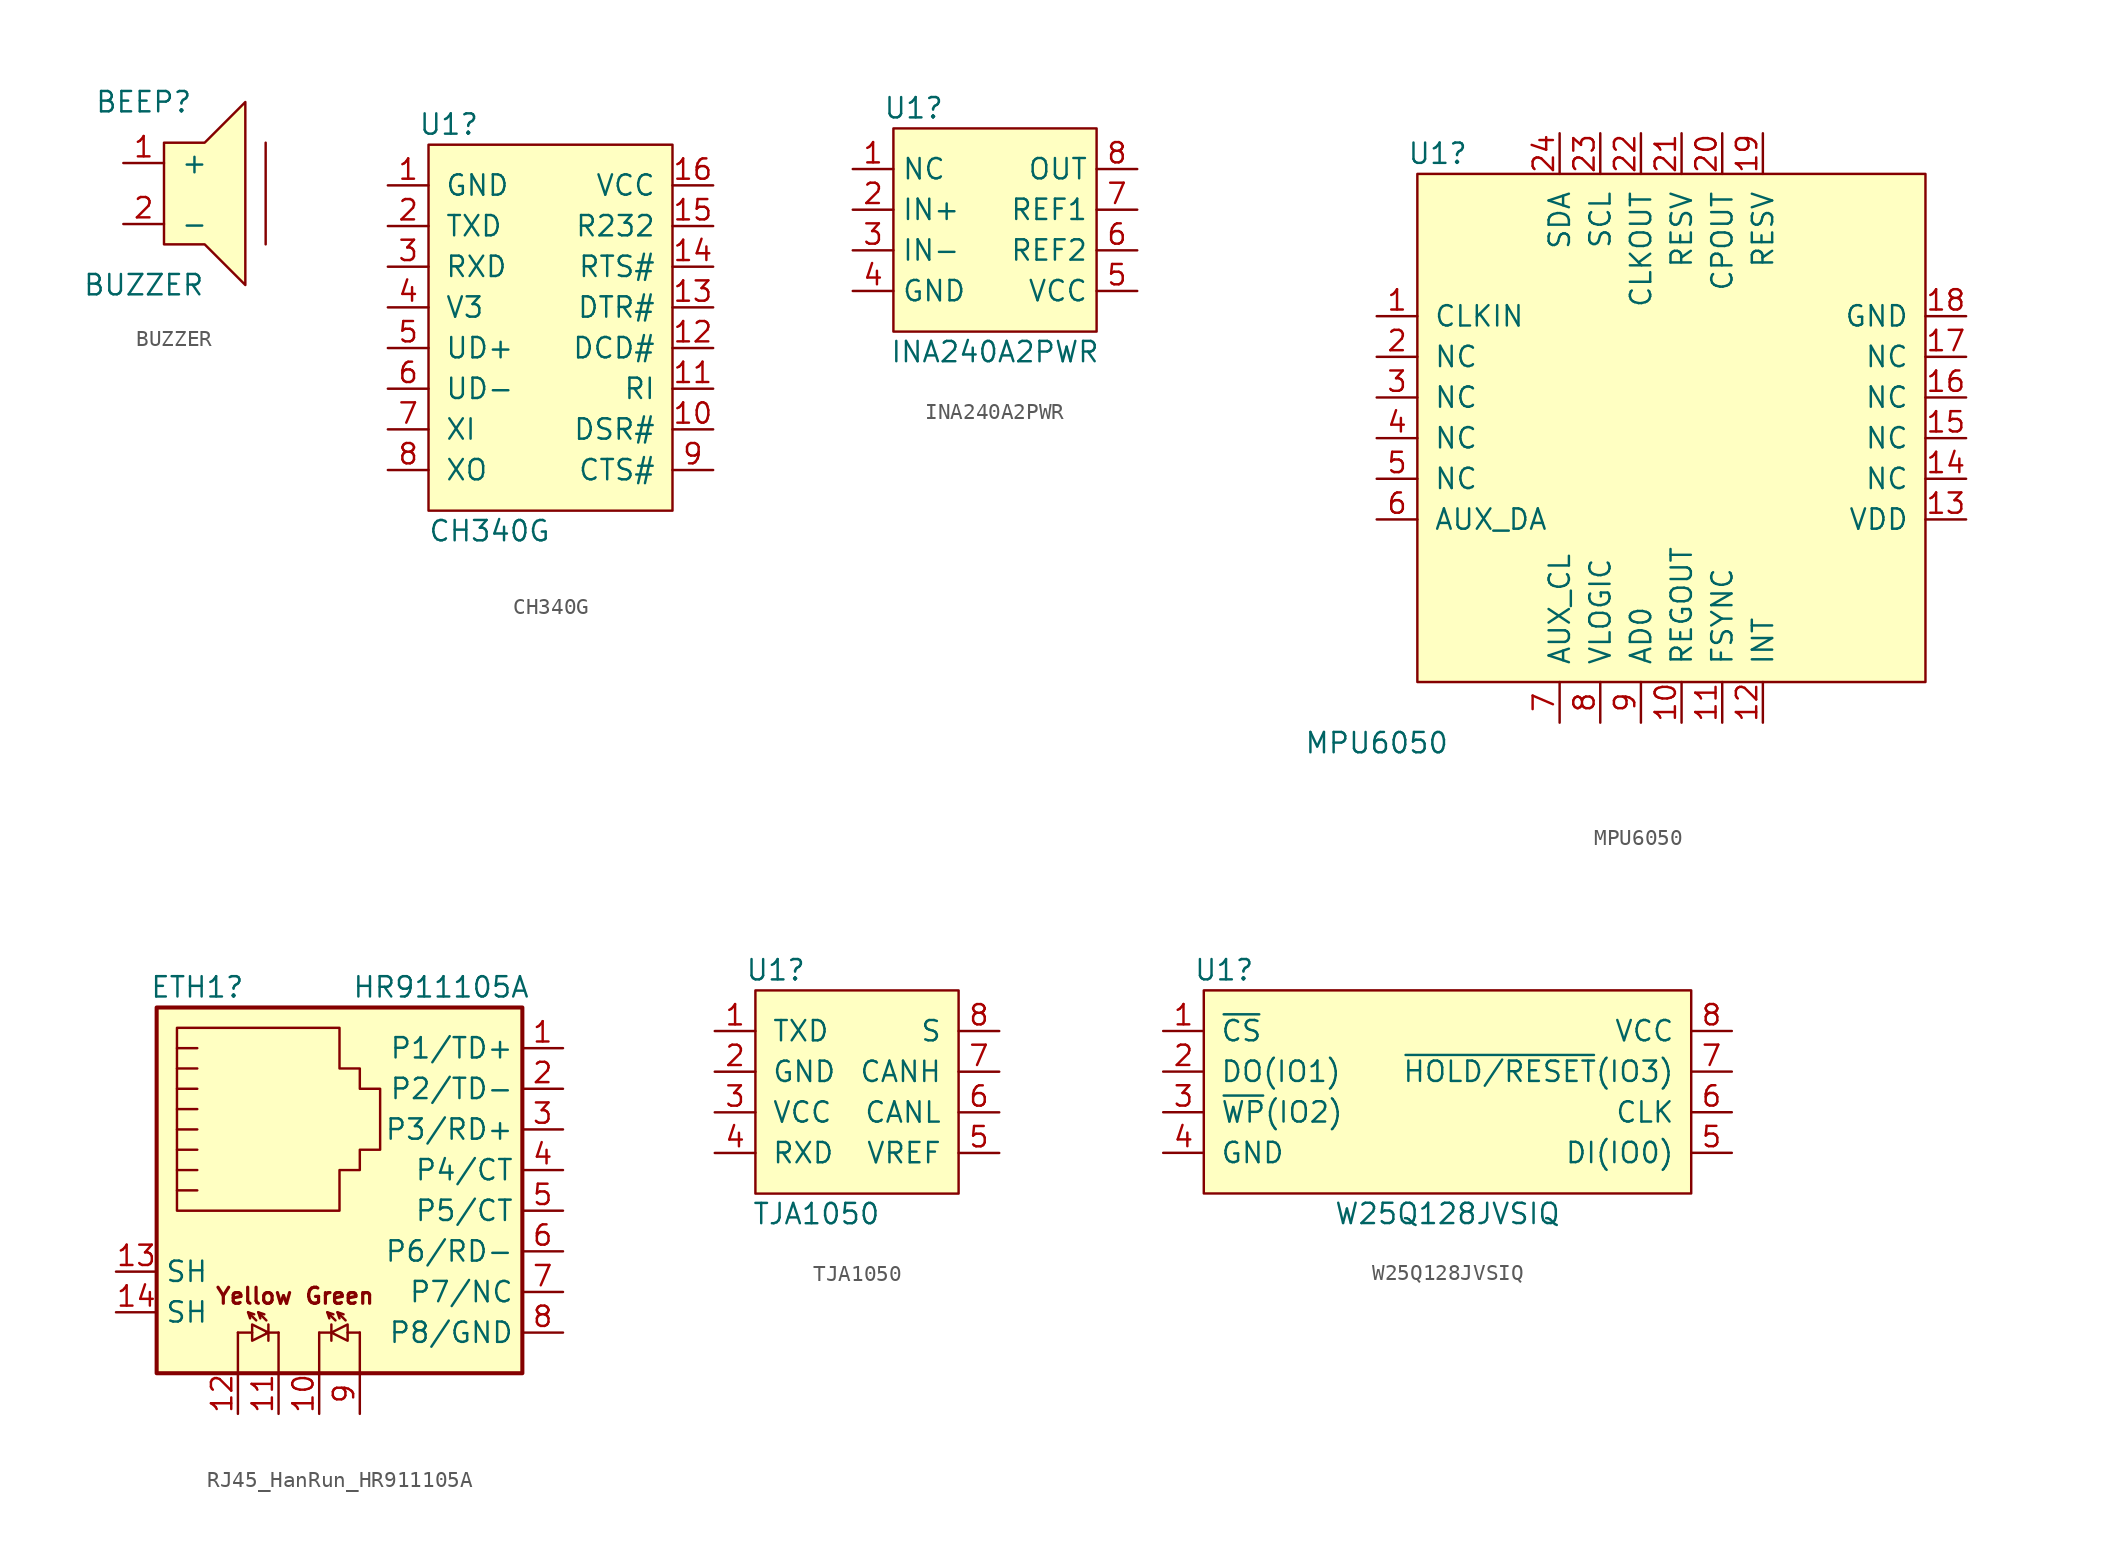
<source format=kicad_sym>
(kicad_symbol_lib
  (version 20220914)
  (generator kicad_symbol_editor)
  (symbol "BUZZER"
    (pin_names
      (offset 1.016))
    (property "Reference" "BEEP"
      (at -3.81 5.08 0)
      (effects (font (size 1.27 1.27))))
    (property "Value" "BUZZER"
      (at -3.81 -6.35 0)
      (effects (font (size 1.27 1.27))))
    (symbol "BUZZER_0_1"
      (polyline (pts (xy 3.81 2.54) (xy 3.81 -3.81)) (stroke (width 0) (type default)) (fill (type none)))
      (polyline (pts (xy -2.54 2.54) (xy -2.54 -3.81) (xy 0 -3.81) (xy 2.54 -6.35) (xy 2.54 5.08) (xy 0 2.54) (xy -2.54 2.54)) (stroke (width 0) (type default)) (fill (type background))))
    (symbol "BUZZER_1_1"
      (pin power_in line (at -5.08 1.27 0) (length 2.54) (name "+" (effects (font (size 1.27 1.27)))) (number "1" (effects (font (size 1.27 1.27)))))
      (pin power_in line (at -5.08 -2.54 0) (length 2.54) (name "-" (effects (font (size 1.27 1.27)))) (number "2" (effects (font (size 1.27 1.27)))))))
  (symbol "CH340G"
    (pin_names
      (offset 1.016))
    (property "Reference" "U1"
      (at -6.35 12.7 0)
      (effects (font (size 1.27 1.27))))
    (property "Value" "CH340G"
      (at -3.81 -12.7 0)
      (effects (font (size 1.27 1.27))))
    (symbol "CH340G_0_1"
      (rectangle (start -7.62 11.43) (end 7.62 -11.43) (stroke (width 0) (type default)) (fill (type background))))
    (symbol "CH340G_1_1"
      (pin power_in line (at -10.16 8.89 0) (length 2.54) (name "GND" (effects (font (size 1.27 1.27)))) (number "1" (effects (font (size 1.27 1.27)))))
      (pin power_in line (at 10.16 -6.35 180) (length 2.54) (name "DSR#" (effects (font (size 1.27 1.27)))) (number "10" (effects (font (size 1.27 1.27)))))
      (pin power_in line (at 10.16 -3.81 180) (length 2.54) (name "RI" (effects (font (size 1.27 1.27)))) (number "11" (effects (font (size 1.27 1.27)))))
      (pin power_in line (at 10.16 -1.27 180) (length 2.54) (name "DCD#" (effects (font (size 1.27 1.27)))) (number "12" (effects (font (size 1.27 1.27)))))
      (pin power_in line (at 10.16 1.27 180) (length 2.54) (name "DTR#" (effects (font (size 1.27 1.27)))) (number "13" (effects (font (size 1.27 1.27)))))
      (pin power_in line (at 10.16 3.81 180) (length 2.54) (name "RTS#" (effects (font (size 1.27 1.27)))) (number "14" (effects (font (size 1.27 1.27)))))
      (pin power_in line (at 10.16 6.35 180) (length 2.54) (name "R232" (effects (font (size 1.27 1.27)))) (number "15" (effects (font (size 1.27 1.27)))))
      (pin power_in line (at 10.16 8.89 180) (length 2.54) (name "VCC" (effects (font (size 1.27 1.27)))) (number "16" (effects (font (size 1.27 1.27)))))
      (pin power_in line (at -10.16 6.35 0) (length 2.54) (name "TXD" (effects (font (size 1.27 1.27)))) (number "2" (effects (font (size 1.27 1.27)))))
      (pin power_in line (at -10.16 3.81 0) (length 2.54) (name "RXD" (effects (font (size 1.27 1.27)))) (number "3" (effects (font (size 1.27 1.27)))))
      (pin power_in line (at -10.16 1.27 0) (length 2.54) (name "V3" (effects (font (size 1.27 1.27)))) (number "4" (effects (font (size 1.27 1.27)))))
      (pin power_in line (at -10.16 -1.27 0) (length 2.54) (name "UD+" (effects (font (size 1.27 1.27)))) (number "5" (effects (font (size 1.27 1.27)))))
      (pin power_in line (at -10.16 -3.81 0) (length 2.54) (name "UD-" (effects (font (size 1.27 1.27)))) (number "6" (effects (font (size 1.27 1.27)))))
      (pin power_in line (at -10.16 -6.35 0) (length 2.54) (name "XI" (effects (font (size 1.27 1.27)))) (number "7" (effects (font (size 1.27 1.27)))))
      (pin power_in line (at -10.16 -8.89 0) (length 2.54) (name "XO" (effects (font (size 1.27 1.27)))) (number "8" (effects (font (size 1.27 1.27)))))
      (pin power_in line (at 10.16 -8.89 180) (length 2.54) (name "CTS#" (effects (font (size 1.27 1.27)))) (number "9" (effects (font (size 1.27 1.27)))))))
  (symbol "INA240A2PWR"
    (property "Reference" "U1"
      (at -5.08 7.62 0)
      (effects (font (size 1.27 1.27))))
    (property "Value" "INA240A2PWR"
      (at 0 -7.62 0)
      (effects (font (size 1.27 1.27))))
    (symbol "INA240A2PWR_0_1"
      (rectangle (start -6.35 6.35) (end 6.35 -6.35) (stroke (width 0) (type default)) (fill (type background))))
    (symbol "INA240A2PWR_1_1"
      (pin bidirectional line (at -8.89 3.81 0) (length 2.54) (name "NC" (effects (font (size 1.27 1.27)))) (number "1" (effects (font (size 1.27 1.27)))))
      (pin power_in line (at -8.89 1.27 0) (length 2.54) (name "IN+" (effects (font (size 1.27 1.27)))) (number "2" (effects (font (size 1.27 1.27)))))
      (pin power_in line (at -8.89 -1.27 0) (length 2.54) (name "IN-" (effects (font (size 1.27 1.27)))) (number "3" (effects (font (size 1.27 1.27)))))
      (pin bidirectional line (at -8.89 -3.81 0) (length 2.54) (name "GND" (effects (font (size 1.27 1.27)))) (number "4" (effects (font (size 1.27 1.27)))))
      (pin power_in line (at 8.89 -3.81 180) (length 2.54) (name "VCC" (effects (font (size 1.27 1.27)))) (number "5" (effects (font (size 1.27 1.27)))))
      (pin bidirectional line (at 8.89 -1.27 180) (length 2.54) (name "REF2" (effects (font (size 1.27 1.27)))) (number "6" (effects (font (size 1.27 1.27)))))
      (pin bidirectional line (at 8.89 1.27 180) (length 2.54) (name "REF1" (effects (font (size 1.27 1.27)))) (number "7" (effects (font (size 1.27 1.27)))))
      (pin power_in line (at 8.89 3.81 180) (length 2.54) (name "OUT" (effects (font (size 1.27 1.27)))) (number "8" (effects (font (size 1.27 1.27)))))))
  (symbol "MPU6050"
    (pin_names
      (offset 1.016))
    (property "Reference" "U1"
      (at -13.97 16.51 0)
      (effects (font (size 1.27 1.27))))
    (property "Value" "MPU6050"
      (at -17.78 -20.32 0)
      (effects (font (size 1.27 1.27))))
    (symbol "MPU6050_0_1"
      (rectangle (start -15.24 15.24) (end 16.51 -16.51) (stroke (width 0) (type default)) (fill (type background))))
    (symbol "MPU6050_1_1"
      (pin input line (at -17.78 6.35 0) (length 2.54) (name "CLKIN" (effects (font (size 1.27 1.27)))) (number "1" (effects (font (size 1.27 1.27)))))
      (pin input line (at 1.27 -19.05 90) (length 2.54) (name "REGOUT" (effects (font (size 1.27 1.27)))) (number "10" (effects (font (size 1.27 1.27)))))
      (pin input line (at 3.81 -19.05 90) (length 2.54) (name "FSYNC" (effects (font (size 1.27 1.27)))) (number "11" (effects (font (size 1.27 1.27)))))
      (pin input line (at 6.35 -19.05 90) (length 2.54) (name "INT" (effects (font (size 1.27 1.27)))) (number "12" (effects (font (size 1.27 1.27)))))
      (pin input line (at 19.05 -6.35 180) (length 2.54) (name "VDD" (effects (font (size 1.27 1.27)))) (number "13" (effects (font (size 1.27 1.27)))))
      (pin input line (at 19.05 -3.81 180) (length 2.54) (name "NC" (effects (font (size 1.27 1.27)))) (number "14" (effects (font (size 1.27 1.27)))))
      (pin input line (at 19.05 -1.27 180) (length 2.54) (name "NC" (effects (font (size 1.27 1.27)))) (number "15" (effects (font (size 1.27 1.27)))))
      (pin input line (at 19.05 1.27 180) (length 2.54) (name "NC" (effects (font (size 1.27 1.27)))) (number "16" (effects (font (size 1.27 1.27)))))
      (pin input line (at 19.05 3.81 180) (length 2.54) (name "NC" (effects (font (size 1.27 1.27)))) (number "17" (effects (font (size 1.27 1.27)))))
      (pin input line (at 19.05 6.35 180) (length 2.54) (name "GND" (effects (font (size 1.27 1.27)))) (number "18" (effects (font (size 1.27 1.27)))))
      (pin input line (at 6.35 17.78 270) (length 2.54) (name "RESV" (effects (font (size 1.27 1.27)))) (number "19" (effects (font (size 1.27 1.27)))))
      (pin input line (at -17.78 3.81 0) (length 2.54) (name "NC" (effects (font (size 1.27 1.27)))) (number "2" (effects (font (size 1.27 1.27)))))
      (pin output line (at 3.81 17.78 270) (length 2.54) (name "CPOUT" (effects (font (size 1.27 1.27)))) (number "20" (effects (font (size 1.27 1.27)))))
      (pin input line (at 1.27 17.78 270) (length 2.54) (name "RESV" (effects (font (size 1.27 1.27)))) (number "21" (effects (font (size 1.27 1.27)))))
      (pin output line (at -1.27 17.78 270) (length 2.54) (name "CLKOUT" (effects (font (size 1.27 1.27)))) (number "22" (effects (font (size 1.27 1.27)))))
      (pin input line (at -3.81 17.78 270) (length 2.54) (name "SCL" (effects (font (size 1.27 1.27)))) (number "23" (effects (font (size 1.27 1.27)))))
      (pin input line (at -6.35 17.78 270) (length 2.54) (name "SDA" (effects (font (size 1.27 1.27)))) (number "24" (effects (font (size 1.27 1.27)))))
      (pin input line (at -17.78 1.27 0) (length 2.54) (name "NC" (effects (font (size 1.27 1.27)))) (number "3" (effects (font (size 1.27 1.27)))))
      (pin input line (at -17.78 -1.27 0) (length 2.54) (name "NC" (effects (font (size 1.27 1.27)))) (number "4" (effects (font (size 1.27 1.27)))))
      (pin input line (at -17.78 -3.81 0) (length 2.54) (name "NC" (effects (font (size 1.27 1.27)))) (number "5" (effects (font (size 1.27 1.27)))))
      (pin input line (at -17.78 -6.35 0) (length 2.54) (name "AUX_DA" (effects (font (size 1.27 1.27)))) (number "6" (effects (font (size 1.27 1.27)))))
      (pin input line (at -6.35 -19.05 90) (length 2.54) (name "AUX_CL" (effects (font (size 1.27 1.27)))) (number "7" (effects (font (size 1.27 1.27)))))
      (pin input line (at -3.81 -19.05 90) (length 2.54) (name "VLOGIC" (effects (font (size 1.27 1.27)))) (number "8" (effects (font (size 1.27 1.27)))))
      (pin input line (at -1.27 -19.05 90) (length 2.54) (name "AD0" (effects (font (size 1.27 1.27)))) (number "9" (effects (font (size 1.27 1.27)))))))
  (symbol "RJ45_HanRun_HR911105A"
    (property "Reference" "ETH1"
      (at -8.89 12.7 0)
      (effects (font (size 1.27 1.27))))
    (property "Value" "HR911105A"
      (at 6.35 12.7 0)
      (effects (font (size 1.27 1.27))))
    (symbol "RJ45_HanRun_HR911105A_0_1"
      (rectangle (start -11.43 11.43) (end 11.43 -11.43) (stroke (width 0.254) (type default)) (fill (type background)))
      (polyline (pts (xy -8.89 7.62) (xy -10.16 7.62)) (stroke (width 0) (type default)) (fill (type none)))
      (polyline (pts (xy -8.89 8.89) (xy -10.16 8.89)) (stroke (width 0) (type default)) (fill (type none)))
      (polyline (pts (xy -6.35 -11.43) (xy -6.35 -8.89)) (stroke (width 0) (type default)) (fill (type none)))
      (polyline (pts (xy -6.35 -8.89) (xy -5.461 -8.89)) (stroke (width 0) (type default)) (fill (type none)))
      (polyline (pts (xy -5.715 -7.62) (xy -5.334 -7.747)) (stroke (width 0) (type default)) (fill (type none)))
      (polyline (pts (xy -5.08 -7.62) (xy -4.699 -7.747)) (stroke (width 0) (type default)) (fill (type none)))
      (polyline (pts (xy -4.445 -8.382) (xy -4.445 -9.398)) (stroke (width 0) (type default)) (fill (type none)))
      (polyline (pts (xy -3.81 -11.43) (xy -3.81 -8.89)) (stroke (width 0) (type default)) (fill (type none)))
      (polyline (pts (xy -3.81 -8.89) (xy -4.572 -8.89)) (stroke (width 0) (type default)) (fill (type none)))
      (polyline (pts (xy -1.27 -11.43) (xy -1.27 -8.89)) (stroke (width 0) (type default)) (fill (type none)))
      (polyline (pts (xy -1.27 -8.89) (xy -0.508 -8.89)) (stroke (width 0) (type default)) (fill (type none)))
      (polyline (pts (xy -0.762 -7.62) (xy -0.381 -7.747)) (stroke (width 0) (type default)) (fill (type none)))
      (polyline (pts (xy -0.508 -9.398) (xy -0.508 -8.382)) (stroke (width 0) (type default)) (fill (type none)))
      (polyline (pts (xy -0.127 -7.62) (xy 0.254 -7.747)) (stroke (width 0) (type default)) (fill (type none)))
      (polyline (pts (xy 1.27 -11.43) (xy 1.27 -8.89)) (stroke (width 0) (type default)) (fill (type none)))
      (polyline (pts (xy 1.27 -8.89) (xy 0.508 -8.89)) (stroke (width 0) (type default)) (fill (type none)))
      (polyline (pts (xy -10.16 0) (xy -8.89 0) (xy -8.89 0)) (stroke (width 0) (type default)) (fill (type none)))
      (polyline (pts (xy -10.16 1.27) (xy -8.89 1.27) (xy -8.89 1.27)) (stroke (width 0) (type default)) (fill (type none)))
      (polyline (pts (xy -10.16 2.54) (xy -8.89 2.54) (xy -8.89 2.54)) (stroke (width 0) (type default)) (fill (type none)))
      (polyline (pts (xy -10.16 3.81) (xy -8.89 3.81) (xy -8.89 3.81)) (stroke (width 0) (type default)) (fill (type none)))
      (polyline (pts (xy -10.16 5.08) (xy -8.89 5.08) (xy -8.89 5.08)) (stroke (width 0) (type default)) (fill (type none)))
      (polyline (pts (xy -8.89 6.35) (xy -10.16 6.35) (xy -10.16 6.35)) (stroke (width 0) (type default)) (fill (type none)))
      (polyline (pts (xy -5.207 -8.128) (xy -5.715 -7.62) (xy -5.588 -8.001)) (stroke (width 0) (type default)) (fill (type none)))
      (polyline (pts (xy -4.572 -8.128) (xy -5.08 -7.62) (xy -4.953 -8.001)) (stroke (width 0) (type default)) (fill (type none)))
      (polyline (pts (xy -0.254 -8.128) (xy -0.762 -7.62) (xy -0.635 -8.001)) (stroke (width 0) (type default)) (fill (type none)))
      (polyline (pts (xy 0.381 -8.128) (xy -0.127 -7.62) (xy 0 -8.001)) (stroke (width 0) (type default)) (fill (type none)))
      (polyline (pts (xy -4.445 -8.89) (xy -5.461 -8.382) (xy -5.461 -9.398) (xy -4.445 -8.89)) (stroke (width 0) (type default)) (fill (type none)))
      (polyline (pts (xy -0.508 -8.89) (xy 0.508 -9.398) (xy 0.508 -8.382) (xy -0.508 -8.89)) (stroke (width 0) (type default)) (fill (type none))))
    (symbol "RJ45_HanRun_HR911105A_1_0"
      (text "Green" (at 0 -6.604 0) (effects (font (size 1 1) bold)))
      (text "Yellow" (at -5.334 -6.604 0) (effects (font (size 1 1) bold))))
    (symbol "RJ45_HanRun_HR911105A_1_1"
      (polyline (pts (xy -10.16 -1.27) (xy -10.16 10.16) (xy 0 10.16) (xy 0 7.62) (xy 1.27 7.62) (xy 1.27 6.35) (xy 2.54 6.35) (xy 2.54 2.54) (xy 1.27 2.54) (xy 1.27 1.27) (xy 0 1.27) (xy 0 -1.27) (xy -10.16 -1.27) (xy -10.16 -1.27)) (stroke (width 0) (type default)) (fill (type color) (color 255 255 194 1)))
      (pin passive line (at 13.97 8.89 180) (length 2.54) (name "P1/TD+" (effects (font (size 1.27 1.27)))) (number "1" (effects (font (size 1.27 1.27)))))
      (pin passive line (at -1.27 -13.97 90) (length 2.54) (name "~" (effects (font (size 1.27 1.27)))) (number "10" (effects (font (size 1.27 1.27)))))
      (pin passive line (at -3.81 -13.97 90) (length 2.54) (name "~" (effects (font (size 1.27 1.27)))) (number "11" (effects (font (size 1.27 1.27)))))
      (pin passive line (at -6.35 -13.97 90) (length 2.54) (name "~" (effects (font (size 1.27 1.27)))) (number "12" (effects (font (size 1.27 1.27)))))
      (pin passive line (at -13.97 -5.08 0) (length 2.54) (name "SH" (effects (font (size 1.27 1.27)))) (number "13" (effects (font (size 1.27 1.27)))))
      (pin passive line (at -13.97 -7.62 0) (length 2.54) (name "SH" (effects (font (size 1.27 1.27)))) (number "14" (effects (font (size 1.27 1.27)))))
      (pin passive line (at 13.97 6.35 180) (length 2.54) (name "P2/TD-" (effects (font (size 1.27 1.27)))) (number "2" (effects (font (size 1.27 1.27)))))
      (pin passive line (at 13.97 3.81 180) (length 2.54) (name "P3/RD+" (effects (font (size 1.27 1.27)))) (number "3" (effects (font (size 1.27 1.27)))))
      (pin passive line (at 13.97 1.27 180) (length 2.54) (name "P4/CT" (effects (font (size 1.27 1.27)))) (number "4" (effects (font (size 1.27 1.27)))))
      (pin passive line (at 13.97 -1.27 180) (length 2.54) (name "P5/CT" (effects (font (size 1.27 1.27)))) (number "5" (effects (font (size 1.27 1.27)))))
      (pin passive line (at 13.97 -3.81 180) (length 2.54) (name "P6/RD-" (effects (font (size 1.27 1.27)))) (number "6" (effects (font (size 1.27 1.27)))))
      (pin passive line (at 13.97 -6.35 180) (length 2.54) (name "P7/NC" (effects (font (size 1.27 1.27)))) (number "7" (effects (font (size 1.27 1.27)))))
      (pin passive line (at 13.97 -8.89 180) (length 2.54) (name "P8/GND" (effects (font (size 1.27 1.27)))) (number "8" (effects (font (size 1.27 1.27)))))
      (pin passive line (at 1.27 -13.97 90) (length 2.54) (name "~" (effects (font (size 1.27 1.27)))) (number "9" (effects (font (size 1.27 1.27)))))))
  (symbol "TJA1050"
    (pin_names
      (offset 1.016))
    (property "Reference" "U1"
      (at -5.08 7.62 0)
      (effects (font (size 1.27 1.27))))
    (property "Value" "TJA1050"
      (at -2.54 -7.62 0)
      (effects (font (size 1.27 1.27))))
    (symbol "TJA1050_0_1"
      (rectangle (start -6.35 6.35) (end 6.35 -6.35) (stroke (width 0) (type default)) (fill (type background))))
    (symbol "TJA1050_1_1"
      (pin bidirectional line (at -8.89 3.81 0) (length 2.54) (name "TXD" (effects (font (size 1.27 1.27)))) (number "1" (effects (font (size 1.27 1.27)))))
      (pin power_in line (at -8.89 1.27 0) (length 2.54) (name "GND" (effects (font (size 1.27 1.27)))) (number "2" (effects (font (size 1.27 1.27)))))
      (pin power_in line (at -8.89 -1.27 0) (length 2.54) (name "VCC" (effects (font (size 1.27 1.27)))) (number "3" (effects (font (size 1.27 1.27)))))
      (pin bidirectional line (at -8.89 -3.81 0) (length 2.54) (name "RXD" (effects (font (size 1.27 1.27)))) (number "4" (effects (font (size 1.27 1.27)))))
      (pin power_in line (at 8.89 -3.81 180) (length 2.54) (name "VREF" (effects (font (size 1.27 1.27)))) (number "5" (effects (font (size 1.27 1.27)))))
      (pin bidirectional line (at 8.89 -1.27 180) (length 2.54) (name "CANL" (effects (font (size 1.27 1.27)))) (number "6" (effects (font (size 1.27 1.27)))))
      (pin bidirectional line (at 8.89 1.27 180) (length 2.54) (name "CANH" (effects (font (size 1.27 1.27)))) (number "7" (effects (font (size 1.27 1.27)))))
      (pin power_in line (at 8.89 3.81 180) (length 2.54) (name "S" (effects (font (size 1.27 1.27)))) (number "8" (effects (font (size 1.27 1.27)))))))
  (symbol "W25Q128JVSIQ"
    (pin_names
      (offset 1.016))
    (property "Reference" "U1"
      (at -13.97 7.62 0)
      (effects (font (size 1.27 1.27))))
    (property "Value" "W25Q128JVSIQ"
      (at 0 -7.62 0)
      (effects (font (size 1.27 1.27))))
    (symbol "W25Q128JVSIQ_1_1"
      (rectangle (start -15.24 6.35) (end 15.24 -6.35) (stroke (width 0) (type default)) (fill (type background)))
      (pin input line (at -17.78 3.81 0) (length 2.54) (name "~{CS}" (effects (font (size 1.27 1.27)))) (number "1" (effects (font (size 1.27 1.27)))))
      (pin output line (at -17.78 1.27 0) (length 2.54) (name "DO(IO1)" (effects (font (size 1.27 1.27)))) (number "2" (effects (font (size 1.27 1.27)))))
      (pin input line (at -17.78 -1.27 0) (length 2.54) (name "~{WP}(IO2)" (effects (font (size 1.27 1.27)))) (number "3" (effects (font (size 1.27 1.27)))))
      (pin power_in line (at -17.78 -3.81 0) (length 2.54) (name "GND" (effects (font (size 1.27 1.27)))) (number "4" (effects (font (size 1.27 1.27)))))
      (pin bidirectional line (at 17.78 -3.81 180) (length 2.54) (name "DI(IO0)" (effects (font (size 1.27 1.27)))) (number "5" (effects (font (size 1.27 1.27)))))
      (pin bidirectional line (at 17.78 -1.27 180) (length 2.54) (name "CLK" (effects (font (size 1.27 1.27)))) (number "6" (effects (font (size 1.27 1.27)))))
      (pin bidirectional line (at 17.78 1.27 180) (length 2.54) (name "~{HOLD/RESET}(IO3)" (effects (font (size 1.27 1.27)))) (number "7" (effects (font (size 1.27 1.27)))))
      (pin power_in line (at 17.78 3.81 180) (length 2.54) (name "VCC" (effects (font (size 1.27 1.27)))) (number "8" (effects (font (size 1.27 1.27))))))))
</source>
